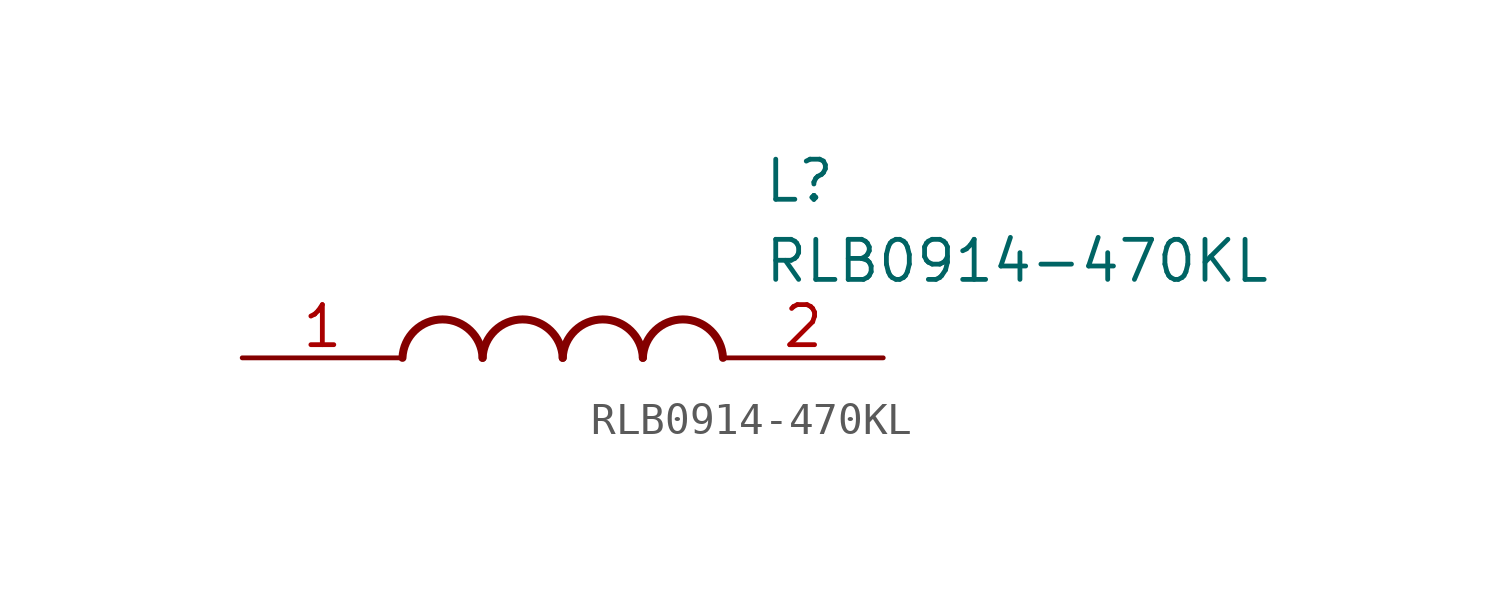
<source format=kicad_sym>
(kicad_symbol_lib
  (version 20211014)
  (generator SamacSys_ECAD_Model)
  (symbol "RLB0914-470KL"
    (pin_names hide)
    (property "Reference" "L"
      (at 16.51 6.35 0)
      (effects (font (size 1.27 1.27)) (justify left top)))
    (property "Value" "RLB0914-470KL"
      (at 16.51 3.81 0)
      (effects (font (size 1.27 1.27)) (justify left top)))
    (arc
      (start 7.62 0)
      (mid 6.35 1.219)
      (end 5.08 0)
      (stroke (width 0.254) (type default))
      (fill (type none)))
    (arc
      (start 10.16 0)
      (mid 8.89 1.219)
      (end 7.62 0)
      (stroke (width 0.254) (type default))
      (fill (type none)))
    (arc
      (start 12.7 0)
      (mid 11.43 1.219)
      (end 10.16 0)
      (stroke (width 0.254) (type default))
      (fill (type none)))
    (arc
      (start 15.24 0)
      (mid 13.97 1.219)
      (end 12.7 0)
      (stroke (width 0.254) (type default))
      (fill (type none)))
    (pin passive line
      (at 0 0 0)
      (length 5.08)
      (name "1" (effects (font (size 1.27 1.27))))
      (number "1" (effects (font (size 1.27 1.27)))))
    (pin passive line
      (at 20.32 0 180)
      (length 5.08)
      (name "2" (effects (font (size 1.27 1.27))))
      (number "2" (effects (font (size 1.27 1.27)))))))
</source>
